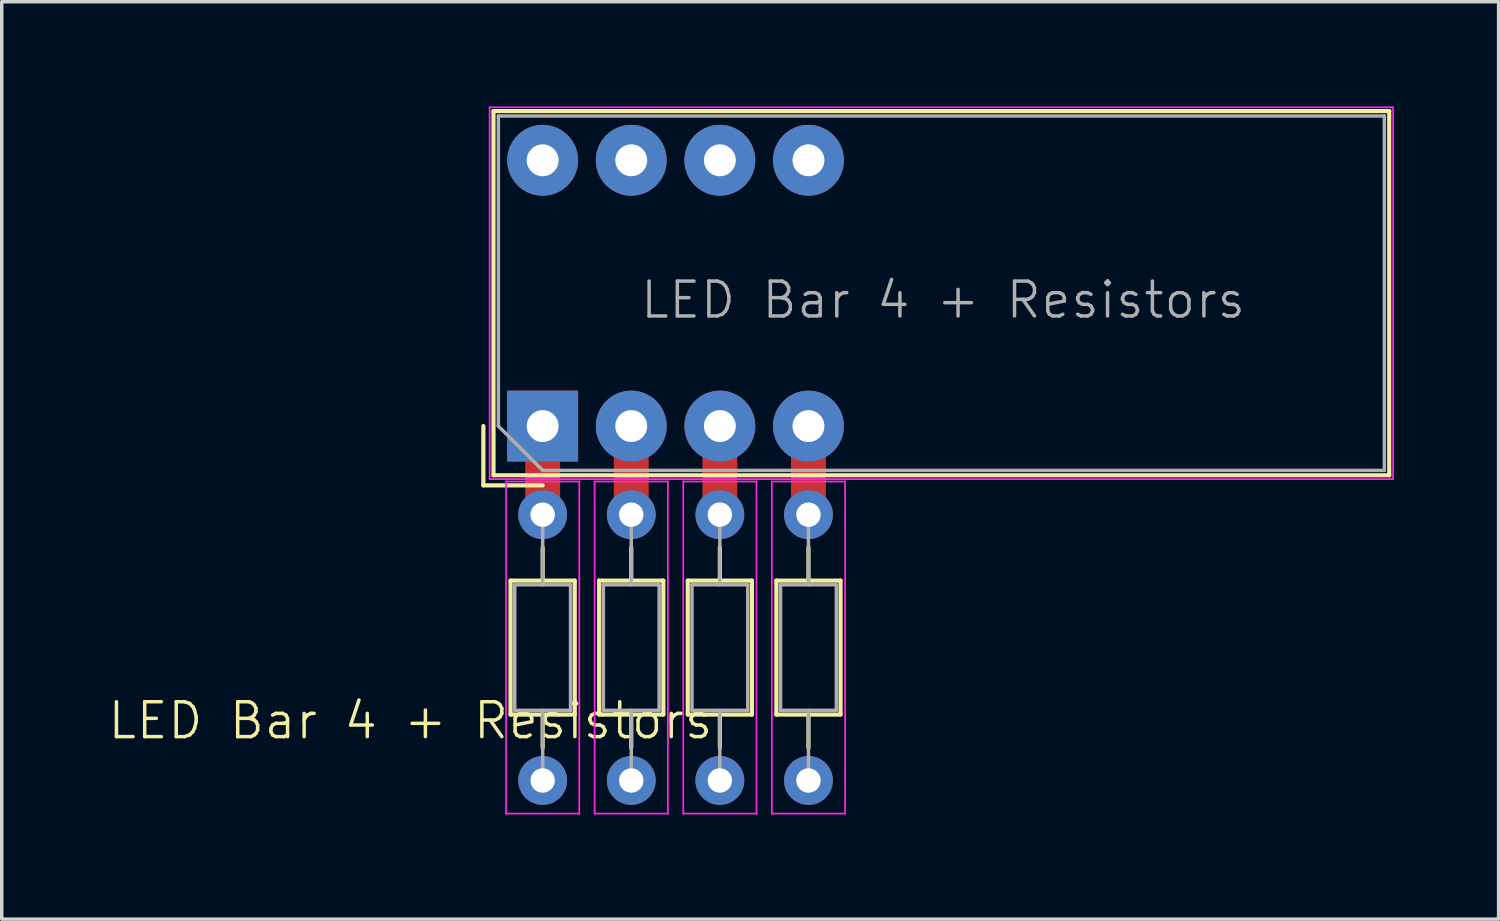
<source format=kicad_pcb>
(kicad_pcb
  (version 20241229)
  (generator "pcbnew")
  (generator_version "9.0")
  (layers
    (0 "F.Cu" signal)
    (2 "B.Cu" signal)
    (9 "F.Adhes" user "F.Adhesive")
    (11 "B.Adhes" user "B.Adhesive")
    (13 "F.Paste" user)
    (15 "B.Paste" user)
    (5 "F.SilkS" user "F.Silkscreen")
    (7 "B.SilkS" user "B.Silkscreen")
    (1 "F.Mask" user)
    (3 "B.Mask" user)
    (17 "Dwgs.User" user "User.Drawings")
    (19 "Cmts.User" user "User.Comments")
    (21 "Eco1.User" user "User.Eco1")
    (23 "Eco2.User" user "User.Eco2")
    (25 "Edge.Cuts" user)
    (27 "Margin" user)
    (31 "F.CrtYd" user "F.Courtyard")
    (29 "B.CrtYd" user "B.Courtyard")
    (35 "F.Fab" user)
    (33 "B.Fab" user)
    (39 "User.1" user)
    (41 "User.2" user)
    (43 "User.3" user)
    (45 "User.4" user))
  (footprint "LED Bar 4 + Resistors"
    (layer "F.Cu")
    (at 23.937 10.5)
    (property "Reference" "LED Bar 4 + Resistors" (at -15.22 7.11 0) (unlocked yes) (layer "F.SilkS") (effects (font (size 1 1) (thickness 0.1))))
    (attr through_hole)
    (fp_line (start -13.13 -1.335) (end -13.13 0.365) (stroke (width 0.12) (type solid)) (layer "F.SilkS"))
    (fp_line (start -13.13 0.365) (end -11.43 0.365) (stroke (width 0.12) (type solid)) (layer "F.SilkS"))
    (fp_line (start -12.84 -10.365) (end 12.84 -10.365) (stroke (width 0.12) (type solid)) (layer "F.SilkS"))
    (fp_line (start -12.84 0.075) (end -12.84 -10.365) (stroke (width 0.12) (type solid)) (layer "F.SilkS"))
    (fp_line (start -12.35 3.095) (end -12.35 6.935) (stroke (width 0.12) (type solid)) (layer "F.SilkS"))
    (fp_line (start -12.35 6.935) (end -10.51 6.935) (stroke (width 0.12) (type solid)) (layer "F.SilkS"))
    (fp_line (start -11.43 2.145) (end -11.43 3.095) (stroke (width 0.12) (type solid)) (layer "F.SilkS"))
    (fp_line (start -11.43 7.885) (end -11.43 6.935) (stroke (width 0.12) (type solid)) (layer "F.SilkS"))
    (fp_line (start -10.51 3.095) (end -12.35 3.095) (stroke (width 0.12) (type solid)) (layer "F.SilkS"))
    (fp_line (start -10.51 6.935) (end -10.51 3.095) (stroke (width 0.12) (type solid)) (layer "F.SilkS"))
    (fp_line (start -9.81 3.095) (end -9.81 6.935) (stroke (width 0.12) (type solid)) (layer "F.SilkS"))
    (fp_line (start -9.81 6.935) (end -7.97 6.935) (stroke (width 0.12) (type solid)) (layer "F.SilkS"))
    (fp_line (start -8.89 2.145) (end -8.89 3.095) (stroke (width 0.12) (type solid)) (layer "F.SilkS"))
    (fp_line (start -8.89 7.885) (end -8.89 6.935) (stroke (width 0.12) (type solid)) (layer "F.SilkS"))
    (fp_line (start -7.97 3.095) (end -9.81 3.095) (stroke (width 0.12) (type solid)) (layer "F.SilkS"))
    (fp_line (start -7.97 6.935) (end -7.97 3.095) (stroke (width 0.12) (type solid)) (layer "F.SilkS"))
    (fp_line (start -7.27 3.095) (end -7.27 6.935) (stroke (width 0.12) (type solid)) (layer "F.SilkS"))
    (fp_line (start -7.27 6.935) (end -5.43 6.935) (stroke (width 0.12) (type solid)) (layer "F.SilkS"))
    (fp_line (start -6.35 2.145) (end -6.35 3.095) (stroke (width 0.12) (type solid)) (layer "F.SilkS"))
    (fp_line (start -6.35 7.885) (end -6.35 6.935) (stroke (width 0.12) (type solid)) (layer "F.SilkS"))
    (fp_line (start -5.43 3.095) (end -7.27 3.095) (stroke (width 0.12) (type solid)) (layer "F.SilkS"))
    (fp_line (start -5.43 6.935) (end -5.43 3.095) (stroke (width 0.12) (type solid)) (layer "F.SilkS"))
    (fp_line (start -4.73 3.095) (end -4.73 6.935) (stroke (width 0.12) (type solid)) (layer "F.SilkS"))
    (fp_line (start -4.73 6.935) (end -2.89 6.935) (stroke (width 0.12) (type solid)) (layer "F.SilkS"))
    (fp_line (start -3.81 2.145) (end -3.81 3.095) (stroke (width 0.12) (type solid)) (layer "F.SilkS"))
    (fp_line (start -3.81 7.885) (end -3.81 6.935) (stroke (width 0.12) (type solid)) (layer "F.SilkS"))
    (fp_line (start -2.89 3.095) (end -4.73 3.095) (stroke (width 0.12) (type solid)) (layer "F.SilkS"))
    (fp_line (start -2.89 6.935) (end -2.89 3.095) (stroke (width 0.12) (type solid)) (layer "F.SilkS"))
    (fp_line (start 12.84 -10.365) (end 12.84 0.075) (stroke (width 0.12) (type solid)) (layer "F.SilkS"))
    (fp_line (start 12.84 0.075) (end -12.84 0.075) (stroke (width 0.12) (type solid)) (layer "F.SilkS"))
    (fp_line (start -12.95 0.185) (end -12.95 -10.475) (stroke (width 0.05) (type solid)) (layer "F.CrtYd"))
    (fp_line (start -12.95 0.185) (end 12.95 0.185) (stroke (width 0.05) (type solid)) (layer "F.CrtYd"))
    (fp_line (start -12.48 0.255) (end -12.48 9.775) (stroke (width 0.05) (type solid)) (layer "F.CrtYd"))
    (fp_line (start -12.48 9.775) (end -10.38 9.775) (stroke (width 0.05) (type solid)) (layer "F.CrtYd"))
    (fp_line (start -10.38 0.255) (end -12.48 0.255) (stroke (width 0.05) (type solid)) (layer "F.CrtYd"))
    (fp_line (start -10.38 9.775) (end -10.38 0.255) (stroke (width 0.05) (type solid)) (layer "F.CrtYd"))
    (fp_line (start -9.94 0.255) (end -9.94 9.775) (stroke (width 0.05) (type solid)) (layer "F.CrtYd"))
    (fp_line (start -9.94 9.775) (end -7.84 9.775) (stroke (width 0.05) (type solid)) (layer "F.CrtYd"))
    (fp_line (start -7.84 0.255) (end -9.94 0.255) (stroke (width 0.05) (type solid)) (layer "F.CrtYd"))
    (fp_line (start -7.84 9.775) (end -7.84 0.255) (stroke (width 0.05) (type solid)) (layer "F.CrtYd"))
    (fp_line (start -7.4 0.255) (end -7.4 9.775) (stroke (width 0.05) (type solid)) (layer "F.CrtYd"))
    (fp_line (start -7.4 9.775) (end -5.3 9.775) (stroke (width 0.05) (type solid)) (layer "F.CrtYd"))
    (fp_line (start -5.3 0.255) (end -7.4 0.255) (stroke (width 0.05) (type solid)) (layer "F.CrtYd"))
    (fp_line (start -5.3 9.775) (end -5.3 0.255) (stroke (width 0.05) (type solid)) (layer "F.CrtYd"))
    (fp_line (start -4.86 0.255) (end -4.86 9.775) (stroke (width 0.05) (type solid)) (layer "F.CrtYd"))
    (fp_line (start -4.86 9.775) (end -2.76 9.775) (stroke (width 0.05) (type solid)) (layer "F.CrtYd"))
    (fp_line (start -2.76 0.255) (end -4.86 0.255) (stroke (width 0.05) (type solid)) (layer "F.CrtYd"))
    (fp_line (start -2.76 9.775) (end -2.76 0.255) (stroke (width 0.05) (type solid)) (layer "F.CrtYd"))
    (fp_line (start 12.95 -10.475) (end -12.95 -10.475) (stroke (width 0.05) (type solid)) (layer "F.CrtYd"))
    (fp_line (start 12.95 0.185) (end 12.95 -10.475) (stroke (width 0.05) (type solid)) (layer "F.CrtYd"))
    (fp_line (start -12.7 -10.225) (end 12.7 -10.225) (stroke (width 0.1) (type solid)) (layer "F.Fab"))
    (fp_line (start -12.7 -1.335) (end -12.7 -10.225) (stroke (width 0.1) (type solid)) (layer "F.Fab"))
    (fp_line (start -12.7 -1.335) (end -11.43 -0.065) (stroke (width 0.1) (type solid)) (layer "F.Fab"))
    (fp_line (start -12.23 3.215) (end -12.23 6.815) (stroke (width 0.1) (type solid)) (layer "F.Fab"))
    (fp_line (start -12.23 6.815) (end -10.63 6.815) (stroke (width 0.1) (type solid)) (layer "F.Fab"))
    (fp_line (start -11.43 -0.065) (end 12.7 -0.065) (stroke (width 0.1) (type solid)) (layer "F.Fab"))
    (fp_line (start -11.43 1.205) (end -11.43 3.215) (stroke (width 0.1) (type solid)) (layer "F.Fab"))
    (fp_line (start -11.43 8.825) (end -11.43 6.815) (stroke (width 0.1) (type solid)) (layer "F.Fab"))
    (fp_line (start -10.63 3.215) (end -12.23 3.215) (stroke (width 0.1) (type solid)) (layer "F.Fab"))
    (fp_line (start -10.63 6.815) (end -10.63 3.215) (stroke (width 0.1) (type solid)) (layer "F.Fab"))
    (fp_line (start -9.69 3.215) (end -9.69 6.815) (stroke (width 0.1) (type solid)) (layer "F.Fab"))
    (fp_line (start -9.69 6.815) (end -8.09 6.815) (stroke (width 0.1) (type solid)) (layer "F.Fab"))
    (fp_line (start -8.89 1.205) (end -8.89 3.215) (stroke (width 0.1) (type solid)) (layer "F.Fab"))
    (fp_line (start -8.89 8.825) (end -8.89 6.815) (stroke (width 0.1) (type solid)) (layer "F.Fab"))
    (fp_line (start -8.09 3.215) (end -9.69 3.215) (stroke (width 0.1) (type solid)) (layer "F.Fab"))
    (fp_line (start -8.09 6.815) (end -8.09 3.215) (stroke (width 0.1) (type solid)) (layer "F.Fab"))
    (fp_line (start -7.15 3.215) (end -7.15 6.815) (stroke (width 0.1) (type solid)) (layer "F.Fab"))
    (fp_line (start -7.15 6.815) (end -5.55 6.815) (stroke (width 0.1) (type solid)) (layer "F.Fab"))
    (fp_line (start -6.35 1.205) (end -6.35 3.215) (stroke (width 0.1) (type solid)) (layer "F.Fab"))
    (fp_line (start -6.35 8.825) (end -6.35 6.815) (stroke (width 0.1) (type solid)) (layer "F.Fab"))
    (fp_line (start -5.55 3.215) (end -7.15 3.215) (stroke (width 0.1) (type solid)) (layer "F.Fab"))
    (fp_line (start -5.55 6.815) (end -5.55 3.215) (stroke (width 0.1) (type solid)) (layer "F.Fab"))
    (fp_line (start -4.61 3.215) (end -4.61 6.815) (stroke (width 0.1) (type solid)) (layer "F.Fab"))
    (fp_line (start -4.61 6.815) (end -3.01 6.815) (stroke (width 0.1) (type solid)) (layer "F.Fab"))
    (fp_line (start -3.81 1.205) (end -3.81 3.215) (stroke (width 0.1) (type solid)) (layer "F.Fab"))
    (fp_line (start -3.81 8.825) (end -3.81 6.815) (stroke (width 0.1) (type solid)) (layer "F.Fab"))
    (fp_line (start -3.01 3.215) (end -4.61 3.215) (stroke (width 0.1) (type solid)) (layer "F.Fab"))
    (fp_line (start -3.01 6.815) (end -3.01 3.215) (stroke (width 0.1) (type solid)) (layer "F.Fab"))
    (fp_line (start 12.7 -0.065) (end 12.7 -10.225) (stroke (width 0.1) (type solid)) (layer "F.Fab"))
    (fp_text user "${REFERENCE}" (at 0.05 -4.95 180) (layer "F.Fab") (effects (font (size 1 1) (thickness 0.1))))
    (pad "" thru_hole rect (at -11.43 -1.335) (size 2.032 2.032) (drill 0.914) (layers "*.Cu" "*.Mask"))
    (pad "" smd rect (at -11.43 0.01) (size 1 1.6) (layers "F.Cu" "F.Mask" "F.Paste"))
    (pad "" thru_hole circle (at -11.43 1.205 270) (size 1.4 1.4) (drill 0.7) (layers "*.Cu" "*.Mask"))
    (pad "" thru_hole circle (at -8.89 -1.335) (size 2.032 2.032) (drill 0.914) (layers "*.Cu" "*.Mask"))
    (pad "" smd rect (at -8.89 0.01) (size 1 1.6) (layers "F.Cu" "F.Mask" "F.Paste"))
    (pad "" thru_hole circle (at -8.89 1.205 270) (size 1.4 1.4) (drill 0.7) (layers "*.Cu" "*.Mask"))
    (pad "" thru_hole circle (at -6.35 -1.335) (size 2.032 2.032) (drill 0.914) (layers "*.Cu" "*.Mask"))
    (pad "" smd rect (at -6.35 0.01) (size 1 1.6) (layers "F.Cu" "F.Mask" "F.Paste"))
    (pad "" thru_hole circle (at -6.35 1.205 270) (size 1.4 1.4) (drill 0.7) (layers "*.Cu" "*.Mask"))
    (pad "" thru_hole circle (at -3.81 -1.335) (size 2.032 2.032) (drill 0.914) (layers "*.Cu" "*.Mask"))
    (pad "" smd rect (at -3.81 0.01) (size 1 1.6) (layers "F.Cu" "F.Mask" "F.Paste"))
    (pad "" thru_hole circle (at -3.81 1.205 270) (size 1.4 1.4) (drill 0.7) (layers "*.Cu" "*.Mask"))
    (pad "1" thru_hole oval (at -11.43 8.825 270) (size 1.4 1.4) (drill 0.7) (layers "*.Cu" "*.Mask"))
    (pad "2" thru_hole oval (at -8.89 8.825 270) (size 1.4 1.4) (drill 0.7) (layers "*.Cu" "*.Mask"))
    (pad "3" thru_hole oval (at -6.35 8.825 270) (size 1.4 1.4) (drill 0.7) (layers "*.Cu" "*.Mask"))
    (pad "4" thru_hole oval (at -3.81 8.825 270) (size 1.4 1.4) (drill 0.7) (layers "*.Cu" "*.Mask"))
    (pad "17" thru_hole circle (at -3.81 -8.955) (size 2.032 2.032) (drill 0.914) (layers "*.Cu" "*.Mask"))
    (pad "18" thru_hole circle (at -6.35 -8.955) (size 2.032 2.032) (drill 0.914) (layers "*.Cu" "*.Mask"))
    (pad "19" thru_hole circle (at -8.89 -8.955) (size 2.032 2.032) (drill 0.914) (layers "*.Cu" "*.Mask"))
    (pad "20" thru_hole circle (at -11.43 -8.955) (size 2.032 2.032) (drill 0.914) (layers "*.Cu" "*.Mask")))
  (gr_rect
    (start -3 -3)
    (end 39.912 23.3)
    (stroke (width 0.1) (type default))
    (fill no)
    (layer "Edge.Cuts")))
</source>
